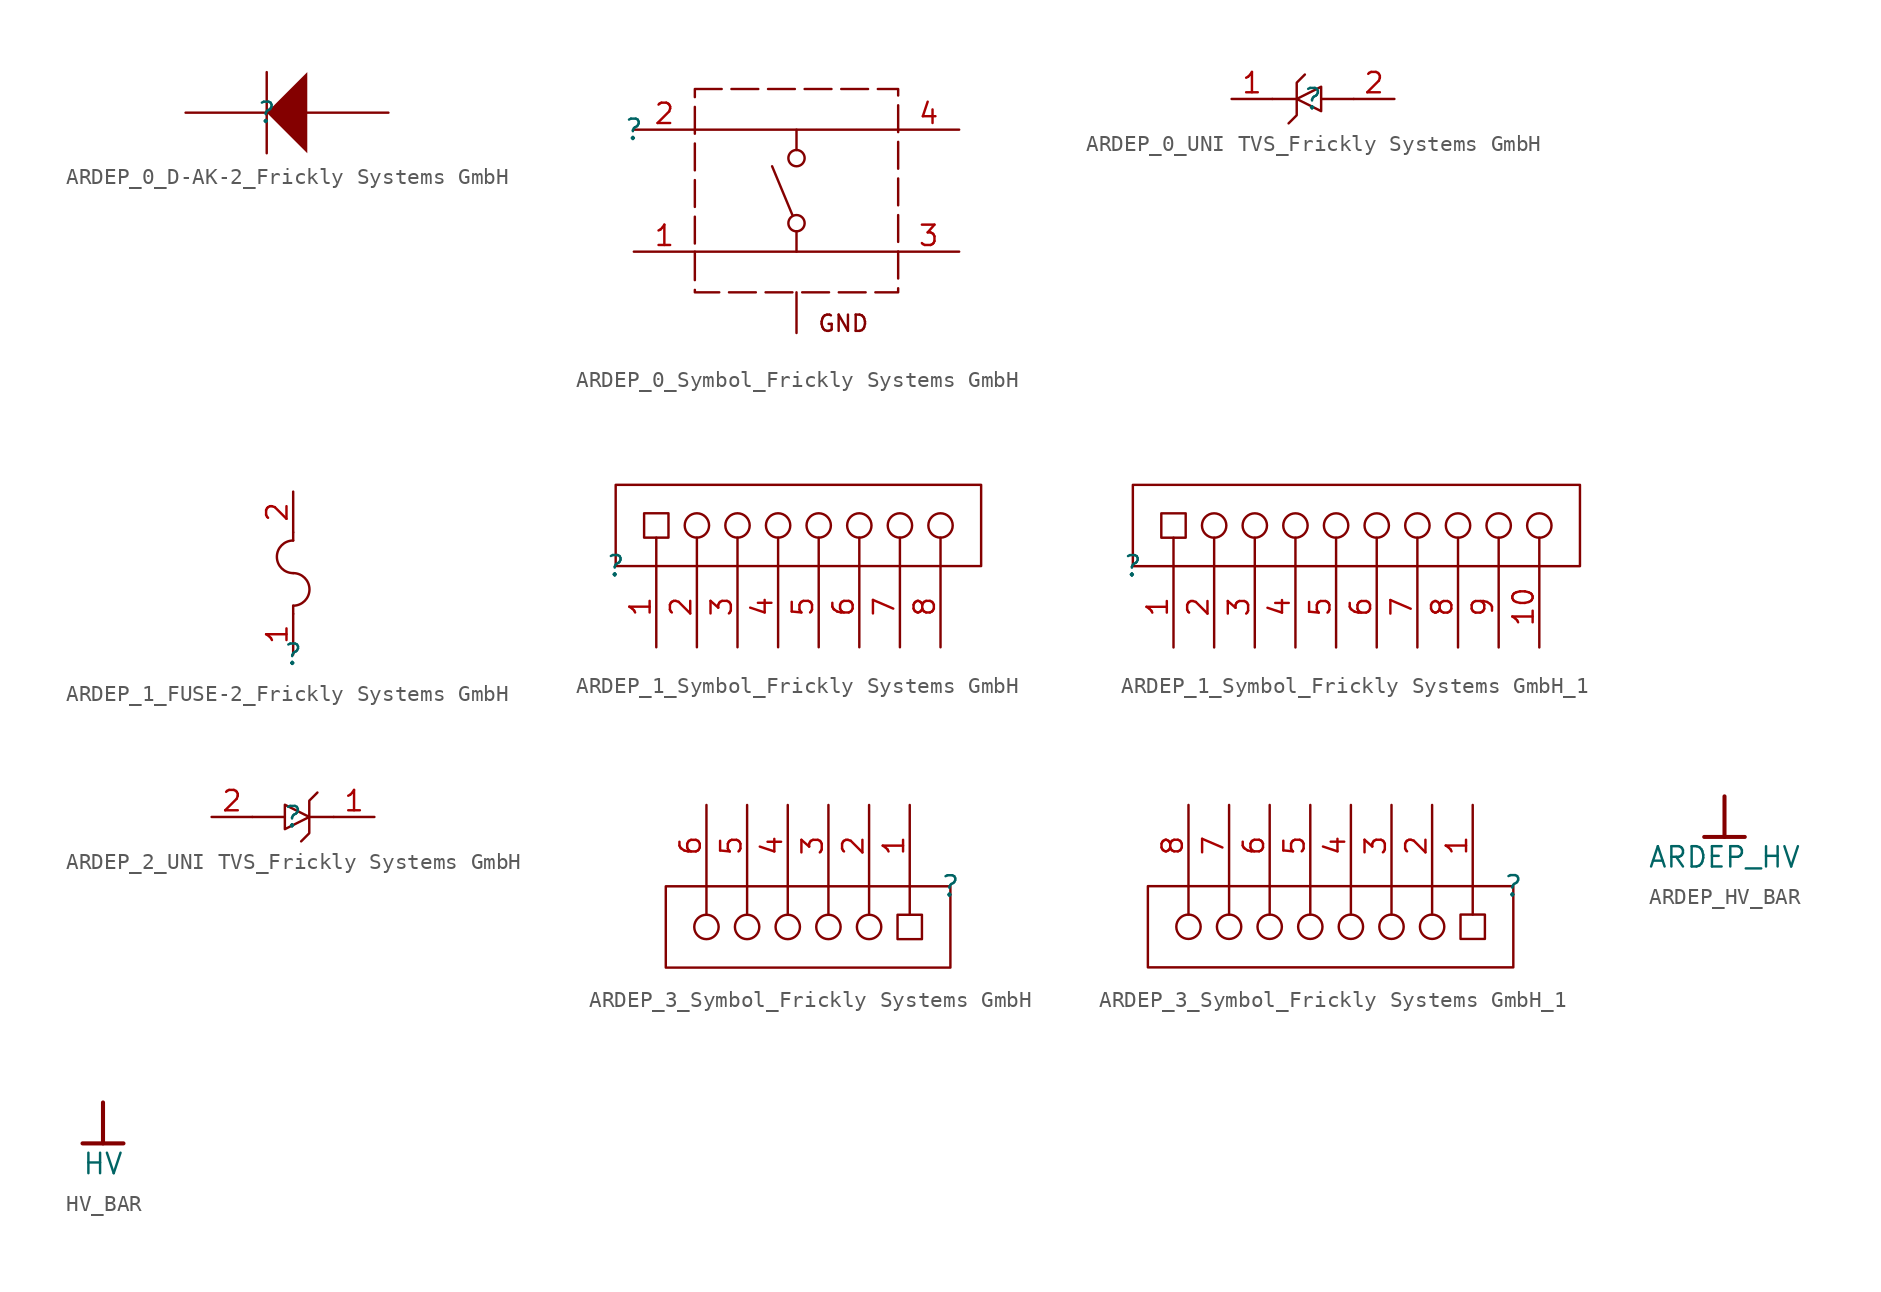
<source format=kicad_sym>
(kicad_symbol_lib
  (version 20241209)
  (generator "kicad_symbol_editor")
  (generator_version "9.0")
  (symbol "ARDEP_0_D-AK-2_Frickly Systems GmbH"
    (pin_numbers
      (hide yes))
    (pin_names
      (hide yes))
    (property "Reference" ""
      (at 0 0 0)
      (effects (font (size 1.27 1.27))))
    (property "Value" ""
      (at 0 0 0)
      (effects (font (size 1.27 1.27))))
    (symbol "ARDEP_0_D-AK-2_Frickly Systems GmbH_1_0"
      (polyline (pts (xy 0 -2.54) (xy 0 2.54)) (stroke (width 0) (type solid)) (fill (type none)))
      (polyline (pts (xy 2.54 2.54) (xy 0 0) (xy 2.54 -2.54) (xy 2.54 2.54)) (stroke (width -0.0001) (type solid)) (fill (type outline)))
      (pin passive line (at -5.08 0 0) (length 5.08) (name "K" (effects (font (size 1.27 1.27)))) (number "1" (effects (font (size 1.27 1.27)))))
      (pin passive line (at 7.62 0 180) (length 5.08) (name "A" (effects (font (size 1.27 1.27)))) (number "2" (effects (font (size 1.27 1.27)))))))
  (symbol "ARDEP_0_Symbol_Frickly Systems GmbH"
    (pin_names
      (hide yes))
    (property "Reference" ""
      (at 0 0 0)
      (effects (font (size 1.27 1.27))))
    (property "Value" ""
      (at 0 0 0)
      (effects (font (size 1.27 1.27))))
    (symbol "ARDEP_0_Symbol_Frickly Systems GmbH_1_0"
      (polyline (pts (xy 3.81 2.54) (xy 16.51 2.54) (xy 16.51 -10.16) (xy 3.81 -10.16) (xy 3.81 2.54)) (stroke (width 0) (type dash)) (fill (type none)))
      (polyline (pts (xy 3.81 0) (xy 16.51 0)) (stroke (width 0) (type solid)) (fill (type none)))
      (polyline (pts (xy 9.906 -5.334) (xy 8.636 -2.286)) (stroke (width 0) (type solid)) (fill (type none)))
      (polyline (pts (xy 10.16 0) (xy 10.16 -1.27)) (stroke (width 0) (type solid)) (fill (type none)))
      (circle (center 10.16 -1.778) (radius 0.508) (stroke (width 0) (type solid)) (fill (type none)))
      (circle (center 10.16 -5.842) (radius 0.508) (stroke (width 0) (type solid)) (fill (type none)))
      (polyline (pts (xy 10.16 -7.62) (xy 10.16 -6.35)) (stroke (width 0) (type solid)) (fill (type none)))
      (polyline (pts (xy 16.51 -7.62) (xy 3.81 -7.62)) (stroke (width 0) (type solid)) (fill (type none)))
      (text "GND" (at 14.732 -12.7 0) (effects (font (size 1.016 1.016)) (justify right bottom)))
      (pin passive line (at 0 0 0) (length 3.81) (name "2" (effects (font (size 1.27 1.27)))) (number "2" (effects (font (size 1.27 1.27)))))
      (pin passive line (at 0 -7.62 0) (length 3.81) (name "1" (effects (font (size 1.27 1.27)))) (number "1" (effects (font (size 1.27 1.27)))))
      (pin passive line (at 10.16 -12.7 90) (length 2.54) (name "GND" (effects (font (size 1.27 1.27)))) (number "G1" (effects (font (size 0 0)))))
      (pin passive line (at 20.32 0 180) (length 3.81) (name "4" (effects (font (size 1.27 1.27)))) (number "4" (effects (font (size 1.27 1.27)))))
      (pin passive line (at 20.32 -7.62 180) (length 3.81) (name "3" (effects (font (size 1.27 1.27)))) (number "3" (effects (font (size 1.27 1.27)))))))
  (symbol "ARDEP_0_UNI TVS_Frickly Systems GmbH"
    (pin_names
      (hide yes))
    (property "Reference" ""
      (at 0 0 0)
      (effects (font (size 1.27 1.27))))
    (property "Value" ""
      (at 0 0 0)
      (effects (font (size 1.27 1.27))))
    (symbol "ARDEP_0_UNI TVS_Frickly Systems GmbH_1_0"
      (polyline (pts (xy -2.54 0) (xy -1.016 0)) (stroke (width 0) (type solid)) (fill (type none)))
      (polyline (pts (xy -1.524 -1.524) (xy -1.016 -1.016) (xy -1.016 1.016) (xy -0.508 1.524)) (stroke (width 0) (type solid)) (fill (type none)))
      (polyline (pts (xy -1.016 0) (xy 0.508 0.762) (xy 0.508 -0.762) (xy -1.016 0)) (stroke (width 0) (type solid)) (fill (type none)))
      (polyline (pts (xy 2.54 0) (xy 0.508 0)) (stroke (width 0) (type solid)) (fill (type none)))
      (pin passive line (at -5.08 0 0) (length 2.54) (name "K" (effects (font (size 1.27 1.27)))) (number "1" (effects (font (size 1.27 1.27)))))
      (pin passive line (at 5.08 0 180) (length 2.54) (name "A" (effects (font (size 1.27 1.27)))) (number "2" (effects (font (size 1.27 1.27)))))))
  (symbol "ARDEP_1_FUSE-2_Frickly Systems GmbH"
    (pin_names
      (hide yes))
    (property "Reference" ""
      (at 0 0 0)
      (effects (font (size 1.27 1.27))))
    (property "Value" ""
      (at 0 0 0)
      (effects (font (size 1.27 1.27))))
    (symbol "ARDEP_1_FUSE-2_Frickly Systems GmbH_1_0"
      (polyline (pts (xy 0 7.112) (xy 0 7.62)) (stroke (width 0) (type solid)) (fill (type none)))
      (arc (start 0 5.08) (mid -1.016 6.096) (end 0 7.112) (stroke (width 0) (type solid)) (fill (type none)))
      (arc (start 0 5.08) (mid 1.016 4.064) (end 0 3.048) (stroke (width 0) (type solid)) (fill (type none)))
      (polyline (pts (xy 0 3.048) (xy 0 2.54)) (stroke (width 0) (type solid)) (fill (type none)))
      (pin passive line (at 0 10.16 270) (length 2.54) (name "2" (effects (font (size 1.27 1.27)))) (number "2" (effects (font (size 1.27 1.27)))))
      (pin passive line (at 0 0 90) (length 2.54) (name "1" (effects (font (size 1.27 1.27)))) (number "1" (effects (font (size 1.27 1.27)))))))
  (symbol "ARDEP_1_Symbol_Frickly Systems GmbH"
    (pin_names
      (hide yes))
    (property "Reference" ""
      (at 0 0 0)
      (effects (font (size 1.27 1.27))))
    (property "Value" ""
      (at 0 0 0)
      (effects (font (size 1.27 1.27))))
    (symbol "ARDEP_1_Symbol_Frickly Systems GmbH_1_0"
      (polyline (pts (xy 0 5.08) (xy 0 0) (xy 22.86 0) (xy 22.86 5.08) (xy 0 5.08)) (stroke (width 0) (type solid)) (fill (type none)))
      (polyline (pts (xy 2.54 0) (xy 2.54 1.778)) (stroke (width 0) (type solid)) (fill (type none)))
      (rectangle (start 3.302 3.302) (end 1.778 1.778) (stroke (width 0) (type solid)) (fill (type none)))
      (circle (center 5.08 2.54) (radius 0.762) (stroke (width 0) (type solid)) (fill (type none)))
      (polyline (pts (xy 5.08 0) (xy 5.08 1.778)) (stroke (width 0) (type solid)) (fill (type none)))
      (circle (center 7.62 2.54) (radius 0.762) (stroke (width 0) (type solid)) (fill (type none)))
      (polyline (pts (xy 7.62 0) (xy 7.62 1.778)) (stroke (width 0) (type solid)) (fill (type none)))
      (circle (center 10.16 2.54) (radius 0.762) (stroke (width 0) (type solid)) (fill (type none)))
      (polyline (pts (xy 10.16 0) (xy 10.16 1.778)) (stroke (width 0) (type solid)) (fill (type none)))
      (circle (center 12.7 2.54) (radius 0.762) (stroke (width 0) (type solid)) (fill (type none)))
      (polyline (pts (xy 12.7 0) (xy 12.7 1.778)) (stroke (width 0) (type solid)) (fill (type none)))
      (circle (center 15.24 2.54) (radius 0.762) (stroke (width 0) (type solid)) (fill (type none)))
      (polyline (pts (xy 15.24 0) (xy 15.24 1.778)) (stroke (width 0) (type solid)) (fill (type none)))
      (circle (center 17.78 2.54) (radius 0.762) (stroke (width 0) (type solid)) (fill (type none)))
      (polyline (pts (xy 17.78 0) (xy 17.78 1.778)) (stroke (width 0) (type solid)) (fill (type none)))
      (circle (center 20.32 2.54) (radius 0.762) (stroke (width 0) (type solid)) (fill (type none)))
      (polyline (pts (xy 20.32 0) (xy 20.32 1.778)) (stroke (width 0) (type solid)) (fill (type none)))
      (pin passive line (at 2.54 -5.08 90) (length 5.08) (name "1" (effects (font (size 1.27 1.27)))) (number "1" (effects (font (size 1.27 1.27)))))
      (pin passive line (at 5.08 -5.08 90) (length 5.08) (name "2" (effects (font (size 1.27 1.27)))) (number "2" (effects (font (size 1.27 1.27)))))
      (pin passive line (at 7.62 -5.08 90) (length 5.08) (name "3" (effects (font (size 1.27 1.27)))) (number "3" (effects (font (size 1.27 1.27)))))
      (pin passive line (at 10.16 -5.08 90) (length 5.08) (name "4" (effects (font (size 1.27 1.27)))) (number "4" (effects (font (size 1.27 1.27)))))
      (pin passive line (at 12.7 -5.08 90) (length 5.08) (name "5" (effects (font (size 1.27 1.27)))) (number "5" (effects (font (size 1.27 1.27)))))
      (pin passive line (at 15.24 -5.08 90) (length 5.08) (name "6" (effects (font (size 1.27 1.27)))) (number "6" (effects (font (size 1.27 1.27)))))
      (pin passive line (at 17.78 -5.08 90) (length 5.08) (name "7" (effects (font (size 1.27 1.27)))) (number "7" (effects (font (size 1.27 1.27)))))
      (pin passive line (at 20.32 -5.08 90) (length 5.08) (name "8" (effects (font (size 1.27 1.27)))) (number "8" (effects (font (size 1.27 1.27)))))))
  (symbol "ARDEP_1_Symbol_Frickly Systems GmbH_1"
    (pin_names
      (hide yes))
    (property "Reference" ""
      (at 0 0 0)
      (effects (font (size 1.27 1.27))))
    (property "Value" ""
      (at 0 0 0)
      (effects (font (size 1.27 1.27))))
    (symbol "ARDEP_1_Symbol_Frickly Systems GmbH_1_1_0"
      (polyline (pts (xy 0 5.08) (xy 0 0) (xy 27.94 0) (xy 27.94 5.08) (xy 0 5.08)) (stroke (width 0) (type solid)) (fill (type none)))
      (polyline (pts (xy 2.54 0) (xy 2.54 1.778)) (stroke (width 0) (type solid)) (fill (type none)))
      (rectangle (start 3.302 3.302) (end 1.778 1.778) (stroke (width 0) (type solid)) (fill (type none)))
      (circle (center 5.08 2.54) (radius 0.762) (stroke (width 0) (type solid)) (fill (type none)))
      (polyline (pts (xy 5.08 0) (xy 5.08 1.778)) (stroke (width 0) (type solid)) (fill (type none)))
      (circle (center 7.62 2.54) (radius 0.762) (stroke (width 0) (type solid)) (fill (type none)))
      (polyline (pts (xy 7.62 0) (xy 7.62 1.778)) (stroke (width 0) (type solid)) (fill (type none)))
      (circle (center 10.16 2.54) (radius 0.762) (stroke (width 0) (type solid)) (fill (type none)))
      (polyline (pts (xy 10.16 0) (xy 10.16 1.778)) (stroke (width 0) (type solid)) (fill (type none)))
      (circle (center 12.7 2.54) (radius 0.762) (stroke (width 0) (type solid)) (fill (type none)))
      (polyline (pts (xy 12.7 0) (xy 12.7 1.778)) (stroke (width 0) (type solid)) (fill (type none)))
      (circle (center 15.24 2.54) (radius 0.762) (stroke (width 0) (type solid)) (fill (type none)))
      (polyline (pts (xy 15.24 0) (xy 15.24 1.778)) (stroke (width 0) (type solid)) (fill (type none)))
      (circle (center 17.78 2.54) (radius 0.762) (stroke (width 0) (type solid)) (fill (type none)))
      (polyline (pts (xy 17.78 0) (xy 17.78 1.778)) (stroke (width 0) (type solid)) (fill (type none)))
      (circle (center 20.32 2.54) (radius 0.762) (stroke (width 0) (type solid)) (fill (type none)))
      (polyline (pts (xy 20.32 0) (xy 20.32 1.778)) (stroke (width 0) (type solid)) (fill (type none)))
      (circle (center 22.86 2.54) (radius 0.762) (stroke (width 0) (type solid)) (fill (type none)))
      (polyline (pts (xy 22.86 0) (xy 22.86 1.778)) (stroke (width 0) (type solid)) (fill (type none)))
      (circle (center 25.4 2.54) (radius 0.762) (stroke (width 0) (type solid)) (fill (type none)))
      (polyline (pts (xy 25.4 0) (xy 25.4 1.778)) (stroke (width 0) (type solid)) (fill (type none)))
      (pin passive line (at 2.54 -5.08 90) (length 5.08) (name "1" (effects (font (size 1.27 1.27)))) (number "1" (effects (font (size 1.27 1.27)))))
      (pin passive line (at 5.08 -5.08 90) (length 5.08) (name "2" (effects (font (size 1.27 1.27)))) (number "2" (effects (font (size 1.27 1.27)))))
      (pin passive line (at 7.62 -5.08 90) (length 5.08) (name "3" (effects (font (size 1.27 1.27)))) (number "3" (effects (font (size 1.27 1.27)))))
      (pin passive line (at 10.16 -5.08 90) (length 5.08) (name "4" (effects (font (size 1.27 1.27)))) (number "4" (effects (font (size 1.27 1.27)))))
      (pin passive line (at 12.7 -5.08 90) (length 5.08) (name "5" (effects (font (size 1.27 1.27)))) (number "5" (effects (font (size 1.27 1.27)))))
      (pin passive line (at 15.24 -5.08 90) (length 5.08) (name "6" (effects (font (size 1.27 1.27)))) (number "6" (effects (font (size 1.27 1.27)))))
      (pin passive line (at 17.78 -5.08 90) (length 5.08) (name "7" (effects (font (size 1.27 1.27)))) (number "7" (effects (font (size 1.27 1.27)))))
      (pin passive line (at 20.32 -5.08 90) (length 5.08) (name "8" (effects (font (size 1.27 1.27)))) (number "8" (effects (font (size 1.27 1.27)))))
      (pin passive line (at 22.86 -5.08 90) (length 5.08) (name "9" (effects (font (size 1.27 1.27)))) (number "9" (effects (font (size 1.27 1.27)))))
      (pin passive line (at 25.4 -5.08 90) (length 5.08) (name "10" (effects (font (size 1.27 1.27)))) (number "10" (effects (font (size 1.27 1.27)))))))
  (symbol "ARDEP_2_UNI TVS_Frickly Systems GmbH"
    (pin_names
      (hide yes))
    (property "Reference" ""
      (at 0 0 0)
      (effects (font (size 1.27 1.27))))
    (property "Value" ""
      (at 0 0 0)
      (effects (font (size 1.27 1.27))))
    (symbol "ARDEP_2_UNI TVS_Frickly Systems GmbH_1_0"
      (polyline (pts (xy -2.54 0) (xy -0.508 0)) (stroke (width 0) (type solid)) (fill (type none)))
      (polyline (pts (xy 1.016 0) (xy -0.508 -0.762) (xy -0.508 0.762) (xy 1.016 0)) (stroke (width 0) (type solid)) (fill (type none)))
      (polyline (pts (xy 1.524 1.524) (xy 1.016 1.016) (xy 1.016 -1.016) (xy 0.508 -1.524)) (stroke (width 0) (type solid)) (fill (type none)))
      (polyline (pts (xy 2.54 0) (xy 1.016 0)) (stroke (width 0) (type solid)) (fill (type none)))
      (pin passive line (at -5.08 0 0) (length 2.54) (name "A" (effects (font (size 1.27 1.27)))) (number "2" (effects (font (size 1.27 1.27)))))
      (pin passive line (at 5.08 0 180) (length 2.54) (name "K" (effects (font (size 1.27 1.27)))) (number "1" (effects (font (size 1.27 1.27)))))))
  (symbol "ARDEP_3_Symbol_Frickly Systems GmbH"
    (pin_names
      (hide yes))
    (property "Reference" ""
      (at 0 0 0)
      (effects (font (size 1.27 1.27))))
    (property "Value" ""
      (at 0 0 0)
      (effects (font (size 1.27 1.27))))
    (symbol "ARDEP_3_Symbol_Frickly Systems GmbH_1_0"
      (polyline (pts (xy -15.24 0) (xy -15.24 -1.778)) (stroke (width 0) (type solid)) (fill (type none)))
      (circle (center -15.24 -2.54) (radius 0.762) (stroke (width 0) (type solid)) (fill (type none)))
      (polyline (pts (xy -12.7 0) (xy -12.7 -1.778)) (stroke (width 0) (type solid)) (fill (type none)))
      (circle (center -12.7 -2.54) (radius 0.762) (stroke (width 0) (type solid)) (fill (type none)))
      (polyline (pts (xy -10.16 0) (xy -10.16 -1.778)) (stroke (width 0) (type solid)) (fill (type none)))
      (circle (center -10.16 -2.54) (radius 0.762) (stroke (width 0) (type solid)) (fill (type none)))
      (polyline (pts (xy -7.62 0) (xy -7.62 -1.778)) (stroke (width 0) (type solid)) (fill (type none)))
      (circle (center -7.62 -2.54) (radius 0.762) (stroke (width 0) (type solid)) (fill (type none)))
      (polyline (pts (xy -5.08 0) (xy -5.08 -1.778)) (stroke (width 0) (type solid)) (fill (type none)))
      (circle (center -5.08 -2.54) (radius 0.762) (stroke (width 0) (type solid)) (fill (type none)))
      (polyline (pts (xy -2.54 0) (xy -2.54 -1.778)) (stroke (width 0) (type solid)) (fill (type none)))
      (rectangle (start -1.778 -1.778) (end -3.302 -3.302) (stroke (width 0) (type solid)) (fill (type none)))
      (polyline (pts (xy 0 -5.08) (xy 0 0) (xy -17.78 0) (xy -17.78 -5.08) (xy 0 -5.08)) (stroke (width 0) (type solid)) (fill (type none)))
      (pin passive line (at -15.24 5.08 270) (length 5.08) (name "6" (effects (font (size 1.27 1.27)))) (number "6" (effects (font (size 1.27 1.27)))))
      (pin passive line (at -12.7 5.08 270) (length 5.08) (name "5" (effects (font (size 1.27 1.27)))) (number "5" (effects (font (size 1.27 1.27)))))
      (pin passive line (at -10.16 5.08 270) (length 5.08) (name "4" (effects (font (size 1.27 1.27)))) (number "4" (effects (font (size 1.27 1.27)))))
      (pin passive line (at -7.62 5.08 270) (length 5.08) (name "3" (effects (font (size 1.27 1.27)))) (number "3" (effects (font (size 1.27 1.27)))))
      (pin passive line (at -5.08 5.08 270) (length 5.08) (name "2" (effects (font (size 1.27 1.27)))) (number "2" (effects (font (size 1.27 1.27)))))
      (pin passive line (at -2.54 5.08 270) (length 5.08) (name "1" (effects (font (size 1.27 1.27)))) (number "1" (effects (font (size 1.27 1.27)))))))
  (symbol "ARDEP_3_Symbol_Frickly Systems GmbH_1"
    (pin_names
      (hide yes))
    (property "Reference" ""
      (at 0 0 0)
      (effects (font (size 1.27 1.27))))
    (property "Value" ""
      (at 0 0 0)
      (effects (font (size 1.27 1.27))))
    (symbol "ARDEP_3_Symbol_Frickly Systems GmbH_1_1_0"
      (polyline (pts (xy -20.32 0) (xy -20.32 -1.778)) (stroke (width 0) (type solid)) (fill (type none)))
      (circle (center -20.32 -2.54) (radius 0.762) (stroke (width 0) (type solid)) (fill (type none)))
      (polyline (pts (xy -17.78 0) (xy -17.78 -1.778)) (stroke (width 0) (type solid)) (fill (type none)))
      (circle (center -17.78 -2.54) (radius 0.762) (stroke (width 0) (type solid)) (fill (type none)))
      (polyline (pts (xy -15.24 0) (xy -15.24 -1.778)) (stroke (width 0) (type solid)) (fill (type none)))
      (circle (center -15.24 -2.54) (radius 0.762) (stroke (width 0) (type solid)) (fill (type none)))
      (polyline (pts (xy -12.7 0) (xy -12.7 -1.778)) (stroke (width 0) (type solid)) (fill (type none)))
      (circle (center -12.7 -2.54) (radius 0.762) (stroke (width 0) (type solid)) (fill (type none)))
      (polyline (pts (xy -10.16 0) (xy -10.16 -1.778)) (stroke (width 0) (type solid)) (fill (type none)))
      (circle (center -10.16 -2.54) (radius 0.762) (stroke (width 0) (type solid)) (fill (type none)))
      (polyline (pts (xy -7.62 0) (xy -7.62 -1.778)) (stroke (width 0) (type solid)) (fill (type none)))
      (circle (center -7.62 -2.54) (radius 0.762) (stroke (width 0) (type solid)) (fill (type none)))
      (polyline (pts (xy -5.08 0) (xy -5.08 -1.778)) (stroke (width 0) (type solid)) (fill (type none)))
      (circle (center -5.08 -2.54) (radius 0.762) (stroke (width 0) (type solid)) (fill (type none)))
      (polyline (pts (xy -2.54 0) (xy -2.54 -1.778)) (stroke (width 0) (type solid)) (fill (type none)))
      (rectangle (start -1.778 -1.778) (end -3.302 -3.302) (stroke (width 0) (type solid)) (fill (type none)))
      (polyline (pts (xy 0 -5.08) (xy 0 0) (xy -22.86 0) (xy -22.86 -5.08) (xy 0 -5.08)) (stroke (width 0) (type solid)) (fill (type none)))
      (pin passive line (at -20.32 5.08 270) (length 5.08) (name "8" (effects (font (size 1.27 1.27)))) (number "8" (effects (font (size 1.27 1.27)))))
      (pin passive line (at -17.78 5.08 270) (length 5.08) (name "7" (effects (font (size 1.27 1.27)))) (number "7" (effects (font (size 1.27 1.27)))))
      (pin passive line (at -15.24 5.08 270) (length 5.08) (name "6" (effects (font (size 1.27 1.27)))) (number "6" (effects (font (size 1.27 1.27)))))
      (pin passive line (at -12.7 5.08 270) (length 5.08) (name "5" (effects (font (size 1.27 1.27)))) (number "5" (effects (font (size 1.27 1.27)))))
      (pin passive line (at -10.16 5.08 270) (length 5.08) (name "4" (effects (font (size 1.27 1.27)))) (number "4" (effects (font (size 1.27 1.27)))))
      (pin passive line (at -7.62 5.08 270) (length 5.08) (name "3" (effects (font (size 1.27 1.27)))) (number "3" (effects (font (size 1.27 1.27)))))
      (pin passive line (at -5.08 5.08 270) (length 5.08) (name "2" (effects (font (size 1.27 1.27)))) (number "2" (effects (font (size 1.27 1.27)))))
      (pin passive line (at -2.54 5.08 270) (length 5.08) (name "1" (effects (font (size 1.27 1.27)))) (number "1" (effects (font (size 1.27 1.27)))))))
  (symbol "ARDEP_HV_BAR"
    (power)
    (property "Reference" "#PWR"
      (at 0 0 0)
      (effects (font (size 1.27 1.27)) (hide yes)))
    (property "Value" "ARDEP_HV"
      (at 0 -3.81 0)
      (effects (font (size 1.27 1.27))))
    (symbol "ARDEP_HV_BAR_0_0"
      (polyline (pts (xy -1.27 -2.54) (xy 1.27 -2.54)) (stroke (width 0.254) (type solid)) (fill (type none)))
      (polyline (pts (xy 0 0) (xy 0 -2.54)) (stroke (width 0.254) (type solid)) (fill (type none)))
      (pin power_in line (at 0 0 0) (length 0) (hide yes) (name "ARDEP_HV" (effects (font (size 1.27 1.27)))) (number "" (effects (font (size 1.27 1.27)))))))
  (symbol "HV_BAR"
    (power)
    (property "Reference" "#PWR"
      (at 0 0 0)
      (effects (font (size 1.27 1.27)) (hide yes)))
    (property "Value" "HV"
      (at 0 -3.81 0)
      (effects (font (size 1.27 1.27))))
    (symbol "HV_BAR_0_0"
      (polyline (pts (xy -1.27 -2.54) (xy 1.27 -2.54)) (stroke (width 0.254) (type solid)) (fill (type none)))
      (polyline (pts (xy 0 0) (xy 0 -2.54)) (stroke (width 0.254) (type solid)) (fill (type none)))
      (pin power_in line (at 0 0 0) (length 0) (hide yes) (name "HV" (effects (font (size 1.27 1.27)))) (number "" (effects (font (size 1.27 1.27))))))))
</source>
